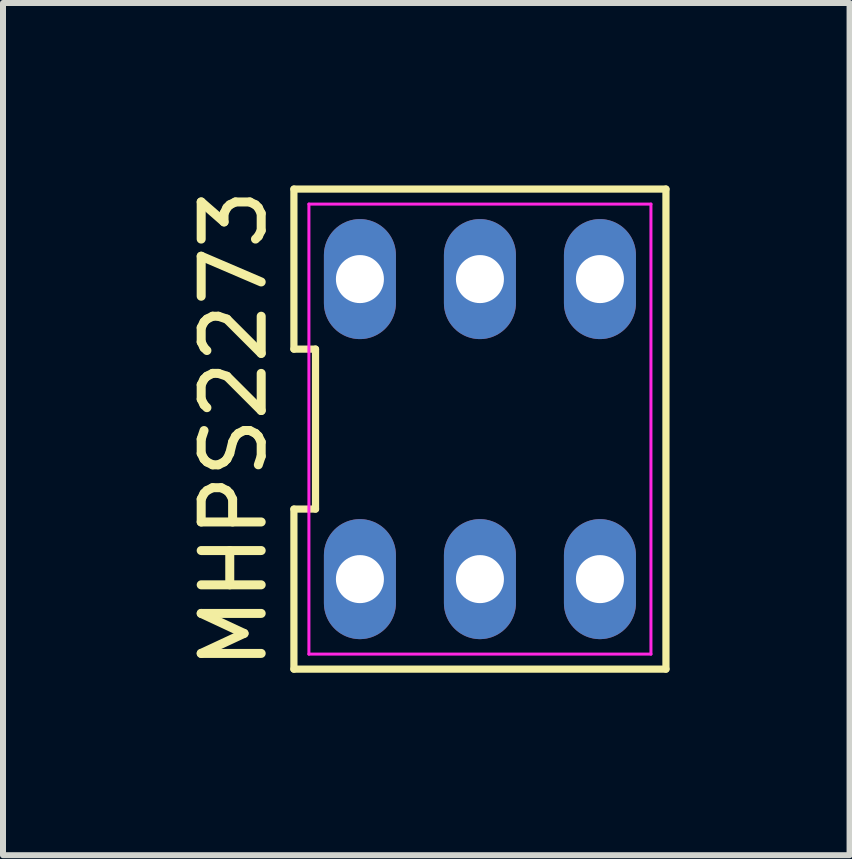
<source format=kicad_pcb>
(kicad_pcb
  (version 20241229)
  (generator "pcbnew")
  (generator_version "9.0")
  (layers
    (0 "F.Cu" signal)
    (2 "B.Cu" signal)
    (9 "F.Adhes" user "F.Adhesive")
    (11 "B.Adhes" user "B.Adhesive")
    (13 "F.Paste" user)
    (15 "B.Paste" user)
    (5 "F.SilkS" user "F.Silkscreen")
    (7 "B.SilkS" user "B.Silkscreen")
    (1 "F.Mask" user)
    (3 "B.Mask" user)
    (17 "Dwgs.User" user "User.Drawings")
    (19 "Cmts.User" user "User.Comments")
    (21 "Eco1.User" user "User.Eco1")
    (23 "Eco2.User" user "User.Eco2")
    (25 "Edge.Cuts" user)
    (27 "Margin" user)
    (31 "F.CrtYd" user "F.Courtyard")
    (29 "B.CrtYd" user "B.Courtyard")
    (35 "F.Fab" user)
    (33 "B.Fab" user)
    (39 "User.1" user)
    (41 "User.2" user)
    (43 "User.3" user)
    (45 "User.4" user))
  (footprint "MHPS2273"
    (layer "F.Cu")
    (at 4.948 4.101)
    (property "Reference" "MHPS2273" (at -4.1 0 90) (layer "F.SilkS") (effects (font (size 1 1) (thickness 0.15))))
    (attr through_hole)
    (fp_line (start -3.1 -1.333) (end -2.74 -1.333) (stroke (width 0.12) (type solid)) (layer "F.SilkS"))
    (fp_line (start -3.1 1.333) (end -3.1 4) (stroke (width 0.12) (type solid)) (layer "F.SilkS"))
    (fp_line (start -3.1 4) (end 3.1 4) (stroke (width 0.12) (type solid)) (layer "F.SilkS"))
    (fp_line (start -3.1 -4) (end -3.1 -1.333) (stroke (width 0.12) (type solid)) (layer "F.SilkS"))
    (fp_line (start -2.74 -1.333) (end -2.74 1.333) (stroke (width 0.12) (type solid)) (layer "F.SilkS"))
    (fp_line (start -2.74 1.333) (end -3.1 1.333) (stroke (width 0.12) (type solid)) (layer "F.SilkS"))
    (fp_line (start 3.1 4) (end 3.1 -4) (stroke (width 0.12) (type solid)) (layer "F.SilkS"))
    (fp_line (start 3.1 -4) (end -3.1 -4) (stroke (width 0.12) (type solid)) (layer "F.SilkS"))
    (fp_line (start -2.85 -3.75) (end 2.85 -3.75) (stroke (width 0.05) (type solid)) (layer "F.CrtYd"))
    (fp_line (start -2.85 3.75) (end -2.85 -3.75) (stroke (width 0.05) (type solid)) (layer "F.CrtYd"))
    (fp_line (start 2.85 -3.75) (end 2.85 3.75) (stroke (width 0.05) (type solid)) (layer "F.CrtYd"))
    (fp_line (start 2.85 3.75) (end -2.85 3.75) (stroke (width 0.05) (type solid)) (layer "F.CrtYd"))
    (pad "" thru_hole oval (at 2 -2.5) (size 1.2 2) (drill 0.8) (layers "*.Cu" "*.Mask"))
    (pad "" thru_hole oval (at 2 2.5) (size 1.2 2) (drill 0.8) (layers "*.Cu" "*.Mask"))
    (pad "1" thru_hole oval (at -2 -2.5) (size 1.2 2) (drill 0.8) (layers "*.Cu" "*.Mask"))
    (pad "1" thru_hole oval (at -2 2.5) (size 1.2 2) (drill 0.8) (layers "*.Cu" "*.Mask"))
    (pad "2" thru_hole oval (at 0 -2.5) (size 1.2 2) (drill 0.8) (layers "*.Cu" "*.Mask"))
    (pad "2" thru_hole oval (at 0 2.5) (size 1.2 2) (drill 0.8) (layers "*.Cu" "*.Mask")))
  (gr_rect
    (start -3 -3)
    (end 11.108 11.202)
    (stroke (width 0.1) (type default))
    (fill no)
    (layer "Edge.Cuts")))
</source>
